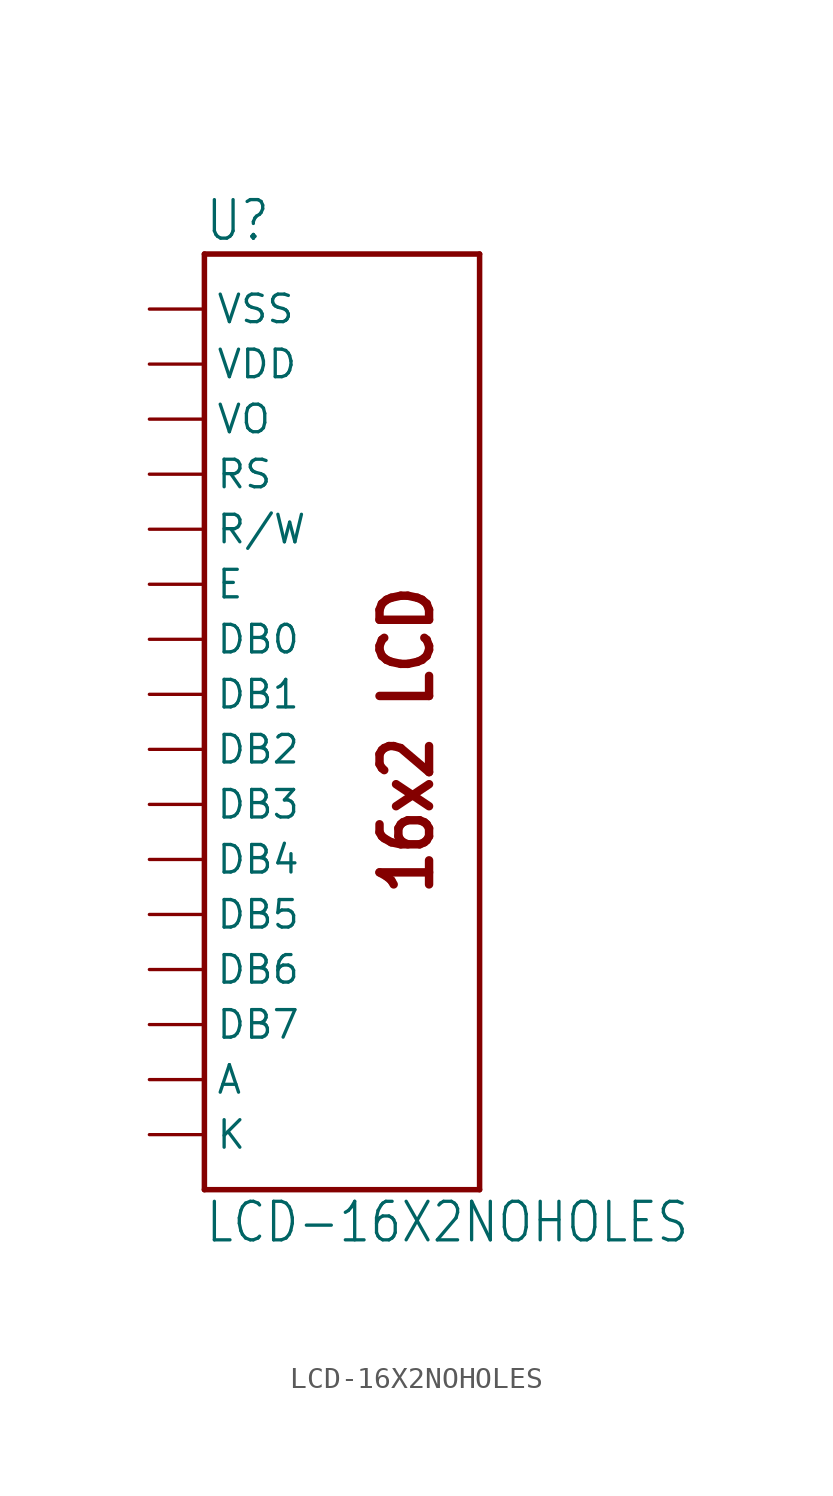
<source format=kicad_sym>
(kicad_symbol_lib
  (version 20211014)
  (generator kicad_symbol_editor)
  (symbol "LCD-16X2NOHOLES"
    (property "Reference" "U"
      (at -7.62 23.368 0)
      (effects (font (size 1.778 1.511)) (justify left bottom)))
    (property "Value" "LCD-16X2NOHOLES"
      (at -7.62 -22.86 0)
      (effects (font (size 1.778 1.511)) (justify left bottom)))
    (property "ki_locked" ""
      (at 0 0 0)
      (effects (font (size 1.27 1.27))))
    (symbol "LCD-16X2NOHOLES_1_0"
      (polyline (pts (xy -7.62 -20.32) (xy 5.08 -20.32)) (stroke (width 0.254) (type default) (color 0 0 0 0)) (fill (type none)))
      (polyline (pts (xy -7.62 22.86) (xy -7.62 -20.32)) (stroke (width 0.254) (type default) (color 0 0 0 0)) (fill (type none)))
      (polyline (pts (xy 5.08 -20.32) (xy 5.08 22.86)) (stroke (width 0.254) (type default) (color 0 0 0 0)) (fill (type none)))
      (polyline (pts (xy 5.08 22.86) (xy -7.62 22.86)) (stroke (width 0.254) (type default) (color 0 0 0 0)) (fill (type none)))
      (text "16x2 LCD" (at 3.048 -6.858 900) (effects (font (size 2.286 1.943) (thickness 0.389) bold) (justify left bottom)))
      (pin power_in line (at -10.16 20.32 0) (length 2.54) (name "VSS" (effects (font (size 1.27 1.27)))) (number "1" (effects (font (size 0 0)))))
      (pin bidirectional line (at -10.16 -2.54 0) (length 2.54) (name "DB3" (effects (font (size 1.27 1.27)))) (number "10" (effects (font (size 0 0)))))
      (pin bidirectional line (at -10.16 -5.08 0) (length 2.54) (name "DB4" (effects (font (size 1.27 1.27)))) (number "11" (effects (font (size 0 0)))))
      (pin bidirectional line (at -10.16 -7.62 0) (length 2.54) (name "DB5" (effects (font (size 1.27 1.27)))) (number "12" (effects (font (size 0 0)))))
      (pin bidirectional line (at -10.16 -10.16 0) (length 2.54) (name "DB6" (effects (font (size 1.27 1.27)))) (number "13" (effects (font (size 0 0)))))
      (pin bidirectional line (at -10.16 -12.7 0) (length 2.54) (name "DB7" (effects (font (size 1.27 1.27)))) (number "14" (effects (font (size 0 0)))))
      (pin power_in line (at -10.16 -15.24 0) (length 2.54) (name "A" (effects (font (size 1.27 1.27)))) (number "15" (effects (font (size 0 0)))))
      (pin power_in line (at -10.16 -17.78 0) (length 2.54) (name "K" (effects (font (size 1.27 1.27)))) (number "16" (effects (font (size 0 0)))))
      (pin power_in line (at -10.16 17.78 0) (length 2.54) (name "VDD" (effects (font (size 1.27 1.27)))) (number "2" (effects (font (size 0 0)))))
      (pin bidirectional line (at -10.16 15.24 0) (length 2.54) (name "VO" (effects (font (size 1.27 1.27)))) (number "3" (effects (font (size 0 0)))))
      (pin input line (at -10.16 12.7 0) (length 2.54) (name "RS" (effects (font (size 1.27 1.27)))) (number "4" (effects (font (size 0 0)))))
      (pin input line (at -10.16 10.16 0) (length 2.54) (name "R/W" (effects (font (size 1.27 1.27)))) (number "5" (effects (font (size 0 0)))))
      (pin input line (at -10.16 7.62 0) (length 2.54) (name "E" (effects (font (size 1.27 1.27)))) (number "6" (effects (font (size 0 0)))))
      (pin bidirectional line (at -10.16 5.08 0) (length 2.54) (name "DB0" (effects (font (size 1.27 1.27)))) (number "7" (effects (font (size 0 0)))))
      (pin bidirectional line (at -10.16 2.54 0) (length 2.54) (name "DB1" (effects (font (size 1.27 1.27)))) (number "8" (effects (font (size 0 0)))))
      (pin bidirectional line (at -10.16 0 0) (length 2.54) (name "DB2" (effects (font (size 1.27 1.27)))) (number "9" (effects (font (size 0 0))))))))
</source>
